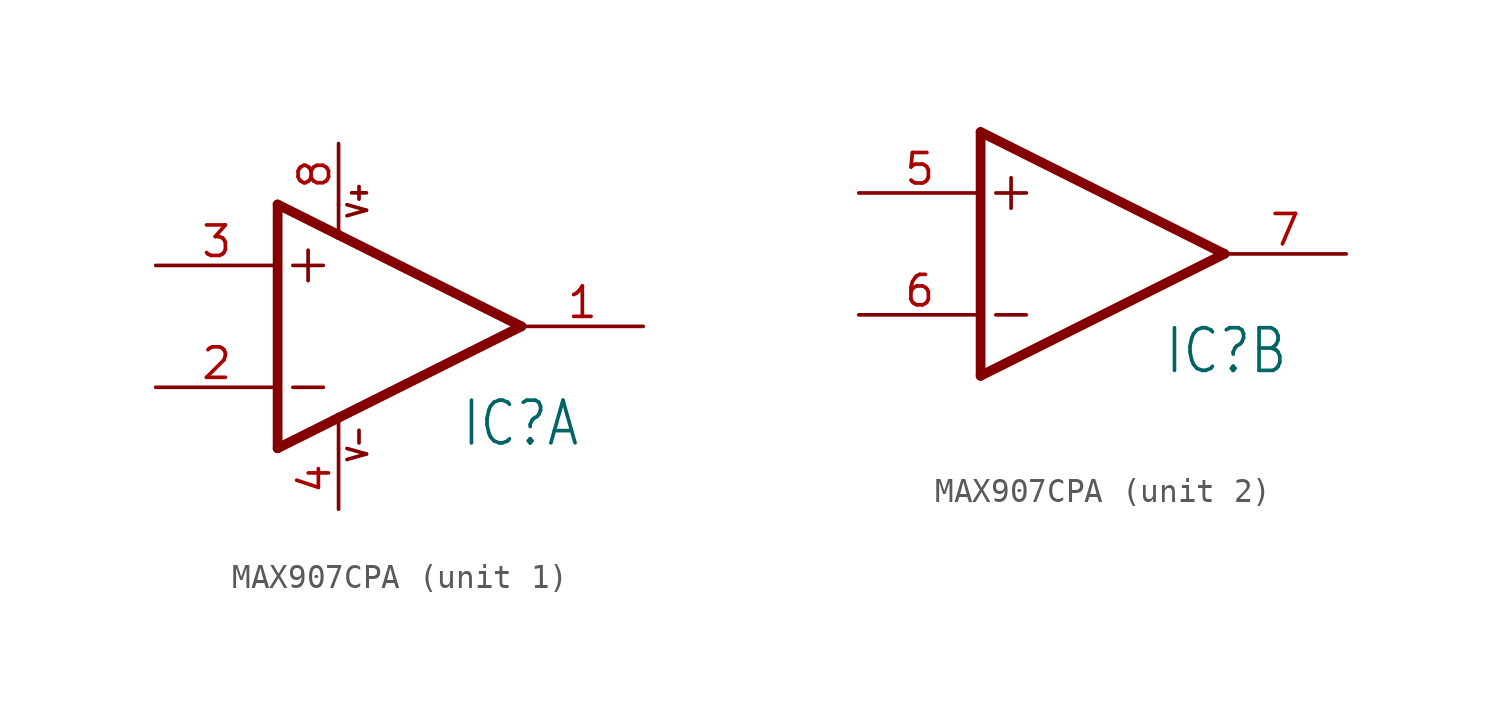
<source format=kicad_sym>
(kicad_symbol_lib
  (version 20220914)
  (generator kicad_symbol_editor)
  (symbol "MAX907CPA"
    (property "Reference" "IC"
      (at 2.54 -5.08 0)
      (effects (font (size 1.778 1.511)) (justify left bottom)))
    (property "Value" ""
      (at 2.54 -7.62 0)
      (effects (font (size 1.778 1.511)) (justify left bottom)))
    (property "ki_locked" ""
      (at 0 0 0)
      (effects (font (size 1.27 1.27))))
    (symbol "MAX907CPA_1_0"
      (polyline (pts (xy -5.08 -5.08) (xy -2.54 -3.81)) (stroke (width 0.406) (type solid)) (fill (type none)))
      (polyline (pts (xy -5.08 5.08) (xy -5.08 -5.08)) (stroke (width 0.406) (type solid)) (fill (type none)))
      (polyline (pts (xy -4.445 -2.54) (xy -3.175 -2.54)) (stroke (width 0.152) (type solid)) (fill (type none)))
      (polyline (pts (xy -4.445 2.54) (xy -3.175 2.54)) (stroke (width 0.152) (type solid)) (fill (type none)))
      (polyline (pts (xy -3.81 3.175) (xy -3.81 1.905)) (stroke (width 0.152) (type solid)) (fill (type none)))
      (polyline (pts (xy -2.54 -3.81) (xy -2.54 -5.08)) (stroke (width 0.152) (type solid)) (fill (type none)))
      (polyline (pts (xy -2.54 -3.81) (xy 5.08 0)) (stroke (width 0.406) (type solid)) (fill (type none)))
      (polyline (pts (xy -2.54 3.81) (xy -5.08 5.08)) (stroke (width 0.406) (type solid)) (fill (type none)))
      (polyline (pts (xy -2.54 3.81) (xy -2.54 5.08)) (stroke (width 0.152) (type solid)) (fill (type none)))
      (polyline (pts (xy 5.08 0) (xy -2.54 3.81)) (stroke (width 0.406) (type solid)) (fill (type none)))
      (text "V+" (at -1.27 4.445 900) (effects (font (size 0.813 0.691)) (justify left bottom)))
      (text "V-" (at -1.27 -5.715 900) (effects (font (size 0.813 0.691)) (justify left bottom)))
      (pin output line (at 10.16 0 180) (length 5.08) (name "OUT" (effects (font (size 0 0)))) (number "1" (effects (font (size 1.27 1.27)))))
      (pin input line (at -10.16 -2.54 0) (length 5.08) (name "-IN" (effects (font (size 0 0)))) (number "2" (effects (font (size 1.27 1.27)))))
      (pin input line (at -10.16 2.54 0) (length 5.08) (name "+IN" (effects (font (size 0 0)))) (number "3" (effects (font (size 1.27 1.27)))))
      (pin power_in line (at -2.54 -7.62 90) (length 2.54) (name "V-" (effects (font (size 0 0)))) (number "4" (effects (font (size 1.27 1.27)))))
      (pin power_in line (at -2.54 7.62 270) (length 2.54) (name "V+" (effects (font (size 0 0)))) (number "8" (effects (font (size 1.27 1.27))))))
    (symbol "MAX907CPA_2_0"
      (polyline (pts (xy -5.08 -5.08) (xy 5.08 0)) (stroke (width 0.406) (type solid)) (fill (type none)))
      (polyline (pts (xy -5.08 5.08) (xy -5.08 -5.08)) (stroke (width 0.406) (type solid)) (fill (type none)))
      (polyline (pts (xy -4.445 -2.54) (xy -3.175 -2.54)) (stroke (width 0.152) (type solid)) (fill (type none)))
      (polyline (pts (xy -4.445 2.54) (xy -3.175 2.54)) (stroke (width 0.152) (type solid)) (fill (type none)))
      (polyline (pts (xy -3.81 3.175) (xy -3.81 1.905)) (stroke (width 0.152) (type solid)) (fill (type none)))
      (polyline (pts (xy 5.08 0) (xy -5.08 5.08)) (stroke (width 0.406) (type solid)) (fill (type none)))
      (pin input line (at -10.16 2.54 0) (length 5.08) (name "+IN" (effects (font (size 0 0)))) (number "5" (effects (font (size 1.27 1.27)))))
      (pin input line (at -10.16 -2.54 0) (length 5.08) (name "-IN" (effects (font (size 0 0)))) (number "6" (effects (font (size 1.27 1.27)))))
      (pin output line (at 10.16 0 180) (length 5.08) (name "OUT" (effects (font (size 0 0)))) (number "7" (effects (font (size 1.27 1.27))))))))
</source>
